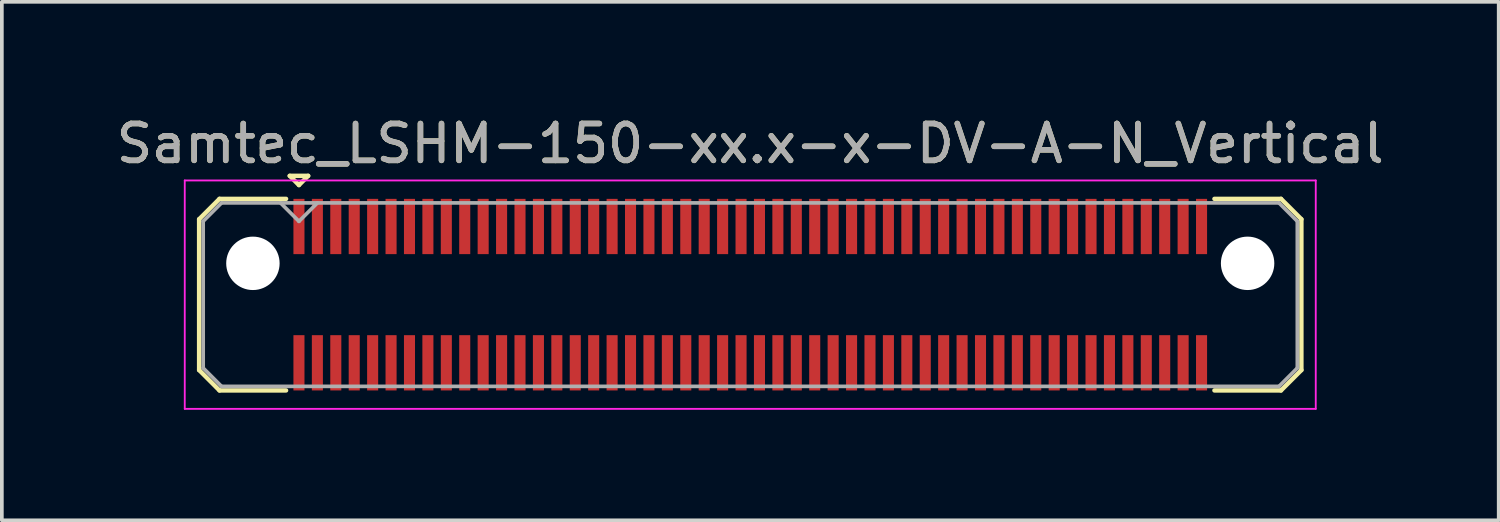
<source format=kicad_pcb>
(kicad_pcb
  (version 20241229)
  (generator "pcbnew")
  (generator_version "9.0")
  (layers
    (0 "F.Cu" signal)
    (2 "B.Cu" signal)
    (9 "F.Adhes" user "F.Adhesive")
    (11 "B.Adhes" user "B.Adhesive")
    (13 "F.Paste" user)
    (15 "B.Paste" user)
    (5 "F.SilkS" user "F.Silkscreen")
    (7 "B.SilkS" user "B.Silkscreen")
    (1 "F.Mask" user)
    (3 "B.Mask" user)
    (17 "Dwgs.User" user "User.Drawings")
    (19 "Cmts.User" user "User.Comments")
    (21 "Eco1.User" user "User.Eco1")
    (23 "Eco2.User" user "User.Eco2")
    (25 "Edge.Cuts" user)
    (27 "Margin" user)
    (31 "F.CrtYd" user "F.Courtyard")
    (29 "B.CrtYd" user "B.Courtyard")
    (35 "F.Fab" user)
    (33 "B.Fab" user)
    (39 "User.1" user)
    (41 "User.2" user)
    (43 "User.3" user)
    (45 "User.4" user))
  (footprint "Samtec_LSHM-150-xx.x-x-DV-A-N_Vertical"
    (layer "F.Cu")
    (at 17.315 4.948)
    (property "Reference" "Samtec_LSHM-150-xx.x-x-DV-A-N_Vertical" (at 0 -4.1 0) (layer "F.SilkS") (effects (font (size 1 1) (thickness 0.15))))
    (attr smd)
    (fp_line (start -14.96 -2.047) (end -14.96 2.047) (stroke (width 0.12) (type solid)) (layer "F.SilkS"))
    (fp_line (start -14.96 2.047) (end -14.407 2.6) (stroke (width 0.12) (type solid)) (layer "F.SilkS"))
    (fp_line (start -14.407 -2.6) (end -14.96 -2.047) (stroke (width 0.12) (type solid)) (layer "F.SilkS"))
    (fp_line (start -14.407 2.6) (end -12.6 2.6) (stroke (width 0.12) (type solid)) (layer "F.SilkS"))
    (fp_line (start -12.6 -2.6) (end -14.407 -2.6) (stroke (width 0.12) (type solid)) (layer "F.SilkS"))
    (fp_line (start -12.5 -3.225) (end -12 -3.225) (stroke (width 0.12) (type solid)) (layer "F.SilkS"))
    (fp_line (start -12.25 -2.975) (end -12.5 -3.225) (stroke (width 0.12) (type solid)) (layer "F.SilkS"))
    (fp_line (start -12 -3.225) (end -12.25 -2.975) (stroke (width 0.12) (type solid)) (layer "F.SilkS"))
    (fp_line (start 12.6 -2.6) (end 14.407 -2.6) (stroke (width 0.12) (type solid)) (layer "F.SilkS"))
    (fp_line (start 14.407 -2.6) (end 14.96 -2.047) (stroke (width 0.12) (type solid)) (layer "F.SilkS"))
    (fp_line (start 14.407 2.6) (end 12.6 2.6) (stroke (width 0.12) (type solid)) (layer "F.SilkS"))
    (fp_line (start 14.96 -2.047) (end 14.96 2.047) (stroke (width 0.12) (type solid)) (layer "F.SilkS"))
    (fp_line (start 14.96 2.047) (end 14.407 2.6) (stroke (width 0.12) (type solid)) (layer "F.SilkS"))
    (fp_line (start -15.35 -3.1) (end -15.35 3.1) (stroke (width 0.05) (type solid)) (layer "F.CrtYd"))
    (fp_line (start -15.35 3.1) (end 15.35 3.1) (stroke (width 0.05) (type solid)) (layer "F.CrtYd"))
    (fp_line (start 15.35 -3.1) (end -15.35 -3.1) (stroke (width 0.05) (type solid)) (layer "F.CrtYd"))
    (fp_line (start 15.35 3.1) (end 15.35 -3.1) (stroke (width 0.05) (type solid)) (layer "F.CrtYd"))
    (fp_line (start -14.85 -1.992) (end -14.85 1.992) (stroke (width 0.1) (type solid)) (layer "F.Fab"))
    (fp_line (start -14.85 1.992) (end -14.352 2.49) (stroke (width 0.1) (type solid)) (layer "F.Fab"))
    (fp_line (start -14.352 -2.49) (end -14.85 -1.992) (stroke (width 0.1) (type solid)) (layer "F.Fab"))
    (fp_line (start -14.352 2.49) (end 14.352 2.49) (stroke (width 0.1) (type solid)) (layer "F.Fab"))
    (fp_line (start -12.25 -1.99) (end -12.75 -2.49) (stroke (width 0.1) (type solid)) (layer "F.Fab"))
    (fp_line (start -11.75 -2.49) (end -12.25 -1.99) (stroke (width 0.1) (type solid)) (layer "F.Fab"))
    (fp_line (start 14.352 -2.49) (end -14.352 -2.49) (stroke (width 0.1) (type solid)) (layer "F.Fab"))
    (fp_line (start 14.352 2.49) (end 14.85 1.992) (stroke (width 0.1) (type solid)) (layer "F.Fab"))
    (fp_line (start 14.85 -1.992) (end 14.352 -2.49) (stroke (width 0.1) (type solid)) (layer "F.Fab"))
    (fp_line (start 14.85 1.992) (end 14.85 -1.992) (stroke (width 0.1) (type solid)) (layer "F.Fab"))
    (fp_text user "${REFERENCE}" (at 0 -4.1 0) (layer "F.Fab") (effects (font (size 1 1) (thickness 0.15))))
    (pad "" np_thru_hole circle (at -13.5 -0.85) (size 1.45 1.45) (drill 1.45) (layers "*.Cu" "*.Mask"))
    (pad "" np_thru_hole circle (at 13.5 -0.85) (size 1.45 1.45) (drill 1.45) (layers "*.Cu" "*.Mask"))
    (pad "1" smd rect (at -12.25 -1.85) (size 0.3 1.5) (layers "F.Cu" "F.Mask" "F.Paste"))
    (pad "2" smd rect (at -12.25 1.85) (size 0.3 1.5) (layers "F.Cu" "F.Mask" "F.Paste"))
    (pad "3" smd rect (at -11.75 -1.85) (size 0.3 1.5) (layers "F.Cu" "F.Mask" "F.Paste"))
    (pad "4" smd rect (at -11.75 1.85) (size 0.3 1.5) (layers "F.Cu" "F.Mask" "F.Paste"))
    (pad "5" smd rect (at -11.25 -1.85) (size 0.3 1.5) (layers "F.Cu" "F.Mask" "F.Paste"))
    (pad "6" smd rect (at -11.25 1.85) (size 0.3 1.5) (layers "F.Cu" "F.Mask" "F.Paste"))
    (pad "7" smd rect (at -10.75 -1.85) (size 0.3 1.5) (layers "F.Cu" "F.Mask" "F.Paste"))
    (pad "8" smd rect (at -10.75 1.85) (size 0.3 1.5) (layers "F.Cu" "F.Mask" "F.Paste"))
    (pad "9" smd rect (at -10.25 -1.85) (size 0.3 1.5) (layers "F.Cu" "F.Mask" "F.Paste"))
    (pad "10" smd rect (at -10.25 1.85) (size 0.3 1.5) (layers "F.Cu" "F.Mask" "F.Paste"))
    (pad "11" smd rect (at -9.75 -1.85) (size 0.3 1.5) (layers "F.Cu" "F.Mask" "F.Paste"))
    (pad "12" smd rect (at -9.75 1.85) (size 0.3 1.5) (layers "F.Cu" "F.Mask" "F.Paste"))
    (pad "13" smd rect (at -9.25 -1.85) (size 0.3 1.5) (layers "F.Cu" "F.Mask" "F.Paste"))
    (pad "14" smd rect (at -9.25 1.85) (size 0.3 1.5) (layers "F.Cu" "F.Mask" "F.Paste"))
    (pad "15" smd rect (at -8.75 -1.85) (size 0.3 1.5) (layers "F.Cu" "F.Mask" "F.Paste"))
    (pad "16" smd rect (at -8.75 1.85) (size 0.3 1.5) (layers "F.Cu" "F.Mask" "F.Paste"))
    (pad "17" smd rect (at -8.25 -1.85) (size 0.3 1.5) (layers "F.Cu" "F.Mask" "F.Paste"))
    (pad "18" smd rect (at -8.25 1.85) (size 0.3 1.5) (layers "F.Cu" "F.Mask" "F.Paste"))
    (pad "19" smd rect (at -7.75 -1.85) (size 0.3 1.5) (layers "F.Cu" "F.Mask" "F.Paste"))
    (pad "20" smd rect (at -7.75 1.85) (size 0.3 1.5) (layers "F.Cu" "F.Mask" "F.Paste"))
    (pad "21" smd rect (at -7.25 -1.85) (size 0.3 1.5) (layers "F.Cu" "F.Mask" "F.Paste"))
    (pad "22" smd rect (at -7.25 1.85) (size 0.3 1.5) (layers "F.Cu" "F.Mask" "F.Paste"))
    (pad "23" smd rect (at -6.75 -1.85) (size 0.3 1.5) (layers "F.Cu" "F.Mask" "F.Paste"))
    (pad "24" smd rect (at -6.75 1.85) (size 0.3 1.5) (layers "F.Cu" "F.Mask" "F.Paste"))
    (pad "25" smd rect (at -6.25 -1.85) (size 0.3 1.5) (layers "F.Cu" "F.Mask" "F.Paste"))
    (pad "26" smd rect (at -6.25 1.85) (size 0.3 1.5) (layers "F.Cu" "F.Mask" "F.Paste"))
    (pad "27" smd rect (at -5.75 -1.85) (size 0.3 1.5) (layers "F.Cu" "F.Mask" "F.Paste"))
    (pad "28" smd rect (at -5.75 1.85) (size 0.3 1.5) (layers "F.Cu" "F.Mask" "F.Paste"))
    (pad "29" smd rect (at -5.25 -1.85) (size 0.3 1.5) (layers "F.Cu" "F.Mask" "F.Paste"))
    (pad "30" smd rect (at -5.25 1.85) (size 0.3 1.5) (layers "F.Cu" "F.Mask" "F.Paste"))
    (pad "31" smd rect (at -4.75 -1.85) (size 0.3 1.5) (layers "F.Cu" "F.Mask" "F.Paste"))
    (pad "32" smd rect (at -4.75 1.85) (size 0.3 1.5) (layers "F.Cu" "F.Mask" "F.Paste"))
    (pad "33" smd rect (at -4.25 -1.85) (size 0.3 1.5) (layers "F.Cu" "F.Mask" "F.Paste"))
    (pad "34" smd rect (at -4.25 1.85) (size 0.3 1.5) (layers "F.Cu" "F.Mask" "F.Paste"))
    (pad "35" smd rect (at -3.75 -1.85) (size 0.3 1.5) (layers "F.Cu" "F.Mask" "F.Paste"))
    (pad "36" smd rect (at -3.75 1.85) (size 0.3 1.5) (layers "F.Cu" "F.Mask" "F.Paste"))
    (pad "37" smd rect (at -3.25 -1.85) (size 0.3 1.5) (layers "F.Cu" "F.Mask" "F.Paste"))
    (pad "38" smd rect (at -3.25 1.85) (size 0.3 1.5) (layers "F.Cu" "F.Mask" "F.Paste"))
    (pad "39" smd rect (at -2.75 -1.85) (size 0.3 1.5) (layers "F.Cu" "F.Mask" "F.Paste"))
    (pad "40" smd rect (at -2.75 1.85) (size 0.3 1.5) (layers "F.Cu" "F.Mask" "F.Paste"))
    (pad "41" smd rect (at -2.25 -1.85) (size 0.3 1.5) (layers "F.Cu" "F.Mask" "F.Paste"))
    (pad "42" smd rect (at -2.25 1.85) (size 0.3 1.5) (layers "F.Cu" "F.Mask" "F.Paste"))
    (pad "43" smd rect (at -1.75 -1.85) (size 0.3 1.5) (layers "F.Cu" "F.Mask" "F.Paste"))
    (pad "44" smd rect (at -1.75 1.85) (size 0.3 1.5) (layers "F.Cu" "F.Mask" "F.Paste"))
    (pad "45" smd rect (at -1.25 -1.85) (size 0.3 1.5) (layers "F.Cu" "F.Mask" "F.Paste"))
    (pad "46" smd rect (at -1.25 1.85) (size 0.3 1.5) (layers "F.Cu" "F.Mask" "F.Paste"))
    (pad "47" smd rect (at -0.75 -1.85) (size 0.3 1.5) (layers "F.Cu" "F.Mask" "F.Paste"))
    (pad "48" smd rect (at -0.75 1.85) (size 0.3 1.5) (layers "F.Cu" "F.Mask" "F.Paste"))
    (pad "49" smd rect (at -0.25 -1.85) (size 0.3 1.5) (layers "F.Cu" "F.Mask" "F.Paste"))
    (pad "50" smd rect (at -0.25 1.85) (size 0.3 1.5) (layers "F.Cu" "F.Mask" "F.Paste"))
    (pad "51" smd rect (at 0.25 -1.85) (size 0.3 1.5) (layers "F.Cu" "F.Mask" "F.Paste"))
    (pad "52" smd rect (at 0.25 1.85) (size 0.3 1.5) (layers "F.Cu" "F.Mask" "F.Paste"))
    (pad "53" smd rect (at 0.75 -1.85) (size 0.3 1.5) (layers "F.Cu" "F.Mask" "F.Paste"))
    (pad "54" smd rect (at 0.75 1.85) (size 0.3 1.5) (layers "F.Cu" "F.Mask" "F.Paste"))
    (pad "55" smd rect (at 1.25 -1.85) (size 0.3 1.5) (layers "F.Cu" "F.Mask" "F.Paste"))
    (pad "56" smd rect (at 1.25 1.85) (size 0.3 1.5) (layers "F.Cu" "F.Mask" "F.Paste"))
    (pad "57" smd rect (at 1.75 -1.85) (size 0.3 1.5) (layers "F.Cu" "F.Mask" "F.Paste"))
    (pad "58" smd rect (at 1.75 1.85) (size 0.3 1.5) (layers "F.Cu" "F.Mask" "F.Paste"))
    (pad "59" smd rect (at 2.25 -1.85) (size 0.3 1.5) (layers "F.Cu" "F.Mask" "F.Paste"))
    (pad "60" smd rect (at 2.25 1.85) (size 0.3 1.5) (layers "F.Cu" "F.Mask" "F.Paste"))
    (pad "61" smd rect (at 2.75 -1.85) (size 0.3 1.5) (layers "F.Cu" "F.Mask" "F.Paste"))
    (pad "62" smd rect (at 2.75 1.85) (size 0.3 1.5) (layers "F.Cu" "F.Mask" "F.Paste"))
    (pad "63" smd rect (at 3.25 -1.85) (size 0.3 1.5) (layers "F.Cu" "F.Mask" "F.Paste"))
    (pad "64" smd rect (at 3.25 1.85) (size 0.3 1.5) (layers "F.Cu" "F.Mask" "F.Paste"))
    (pad "65" smd rect (at 3.75 -1.85) (size 0.3 1.5) (layers "F.Cu" "F.Mask" "F.Paste"))
    (pad "66" smd rect (at 3.75 1.85) (size 0.3 1.5) (layers "F.Cu" "F.Mask" "F.Paste"))
    (pad "67" smd rect (at 4.25 -1.85) (size 0.3 1.5) (layers "F.Cu" "F.Mask" "F.Paste"))
    (pad "68" smd rect (at 4.25 1.85) (size 0.3 1.5) (layers "F.Cu" "F.Mask" "F.Paste"))
    (pad "69" smd rect (at 4.75 -1.85) (size 0.3 1.5) (layers "F.Cu" "F.Mask" "F.Paste"))
    (pad "70" smd rect (at 4.75 1.85) (size 0.3 1.5) (layers "F.Cu" "F.Mask" "F.Paste"))
    (pad "71" smd rect (at 5.25 -1.85) (size 0.3 1.5) (layers "F.Cu" "F.Mask" "F.Paste"))
    (pad "72" smd rect (at 5.25 1.85) (size 0.3 1.5) (layers "F.Cu" "F.Mask" "F.Paste"))
    (pad "73" smd rect (at 5.75 -1.85) (size 0.3 1.5) (layers "F.Cu" "F.Mask" "F.Paste"))
    (pad "74" smd rect (at 5.75 1.85) (size 0.3 1.5) (layers "F.Cu" "F.Mask" "F.Paste"))
    (pad "75" smd rect (at 6.25 -1.85) (size 0.3 1.5) (layers "F.Cu" "F.Mask" "F.Paste"))
    (pad "76" smd rect (at 6.25 1.85) (size 0.3 1.5) (layers "F.Cu" "F.Mask" "F.Paste"))
    (pad "77" smd rect (at 6.75 -1.85) (size 0.3 1.5) (layers "F.Cu" "F.Mask" "F.Paste"))
    (pad "78" smd rect (at 6.75 1.85) (size 0.3 1.5) (layers "F.Cu" "F.Mask" "F.Paste"))
    (pad "79" smd rect (at 7.25 -1.85) (size 0.3 1.5) (layers "F.Cu" "F.Mask" "F.Paste"))
    (pad "80" smd rect (at 7.25 1.85) (size 0.3 1.5) (layers "F.Cu" "F.Mask" "F.Paste"))
    (pad "81" smd rect (at 7.75 -1.85) (size 0.3 1.5) (layers "F.Cu" "F.Mask" "F.Paste"))
    (pad "82" smd rect (at 7.75 1.85) (size 0.3 1.5) (layers "F.Cu" "F.Mask" "F.Paste"))
    (pad "83" smd rect (at 8.25 -1.85) (size 0.3 1.5) (layers "F.Cu" "F.Mask" "F.Paste"))
    (pad "84" smd rect (at 8.25 1.85) (size 0.3 1.5) (layers "F.Cu" "F.Mask" "F.Paste"))
    (pad "85" smd rect (at 8.75 -1.85) (size 0.3 1.5) (layers "F.Cu" "F.Mask" "F.Paste"))
    (pad "86" smd rect (at 8.75 1.85) (size 0.3 1.5) (layers "F.Cu" "F.Mask" "F.Paste"))
    (pad "87" smd rect (at 9.25 -1.85) (size 0.3 1.5) (layers "F.Cu" "F.Mask" "F.Paste"))
    (pad "88" smd rect (at 9.25 1.85) (size 0.3 1.5) (layers "F.Cu" "F.Mask" "F.Paste"))
    (pad "89" smd rect (at 9.75 -1.85) (size 0.3 1.5) (layers "F.Cu" "F.Mask" "F.Paste"))
    (pad "90" smd rect (at 9.75 1.85) (size 0.3 1.5) (layers "F.Cu" "F.Mask" "F.Paste"))
    (pad "91" smd rect (at 10.25 -1.85) (size 0.3 1.5) (layers "F.Cu" "F.Mask" "F.Paste"))
    (pad "92" smd rect (at 10.25 1.85) (size 0.3 1.5) (layers "F.Cu" "F.Mask" "F.Paste"))
    (pad "93" smd rect (at 10.75 -1.85) (size 0.3 1.5) (layers "F.Cu" "F.Mask" "F.Paste"))
    (pad "94" smd rect (at 10.75 1.85) (size 0.3 1.5) (layers "F.Cu" "F.Mask" "F.Paste"))
    (pad "95" smd rect (at 11.25 -1.85) (size 0.3 1.5) (layers "F.Cu" "F.Mask" "F.Paste"))
    (pad "96" smd rect (at 11.25 1.85) (size 0.3 1.5) (layers "F.Cu" "F.Mask" "F.Paste"))
    (pad "97" smd rect (at 11.75 -1.85) (size 0.3 1.5) (layers "F.Cu" "F.Mask" "F.Paste"))
    (pad "98" smd rect (at 11.75 1.85) (size 0.3 1.5) (layers "F.Cu" "F.Mask" "F.Paste"))
    (pad "99" smd rect (at 12.25 -1.85) (size 0.3 1.5) (layers "F.Cu" "F.Mask" "F.Paste"))
    (pad "100" smd rect (at 12.25 1.85) (size 0.3 1.5) (layers "F.Cu" "F.Mask" "F.Paste")))
  (gr_rect
    (start -3 -3)
    (end 37.631 11.073)
    (stroke (width 0.1) (type default))
    (fill no)
    (layer "Edge.Cuts")))
</source>
